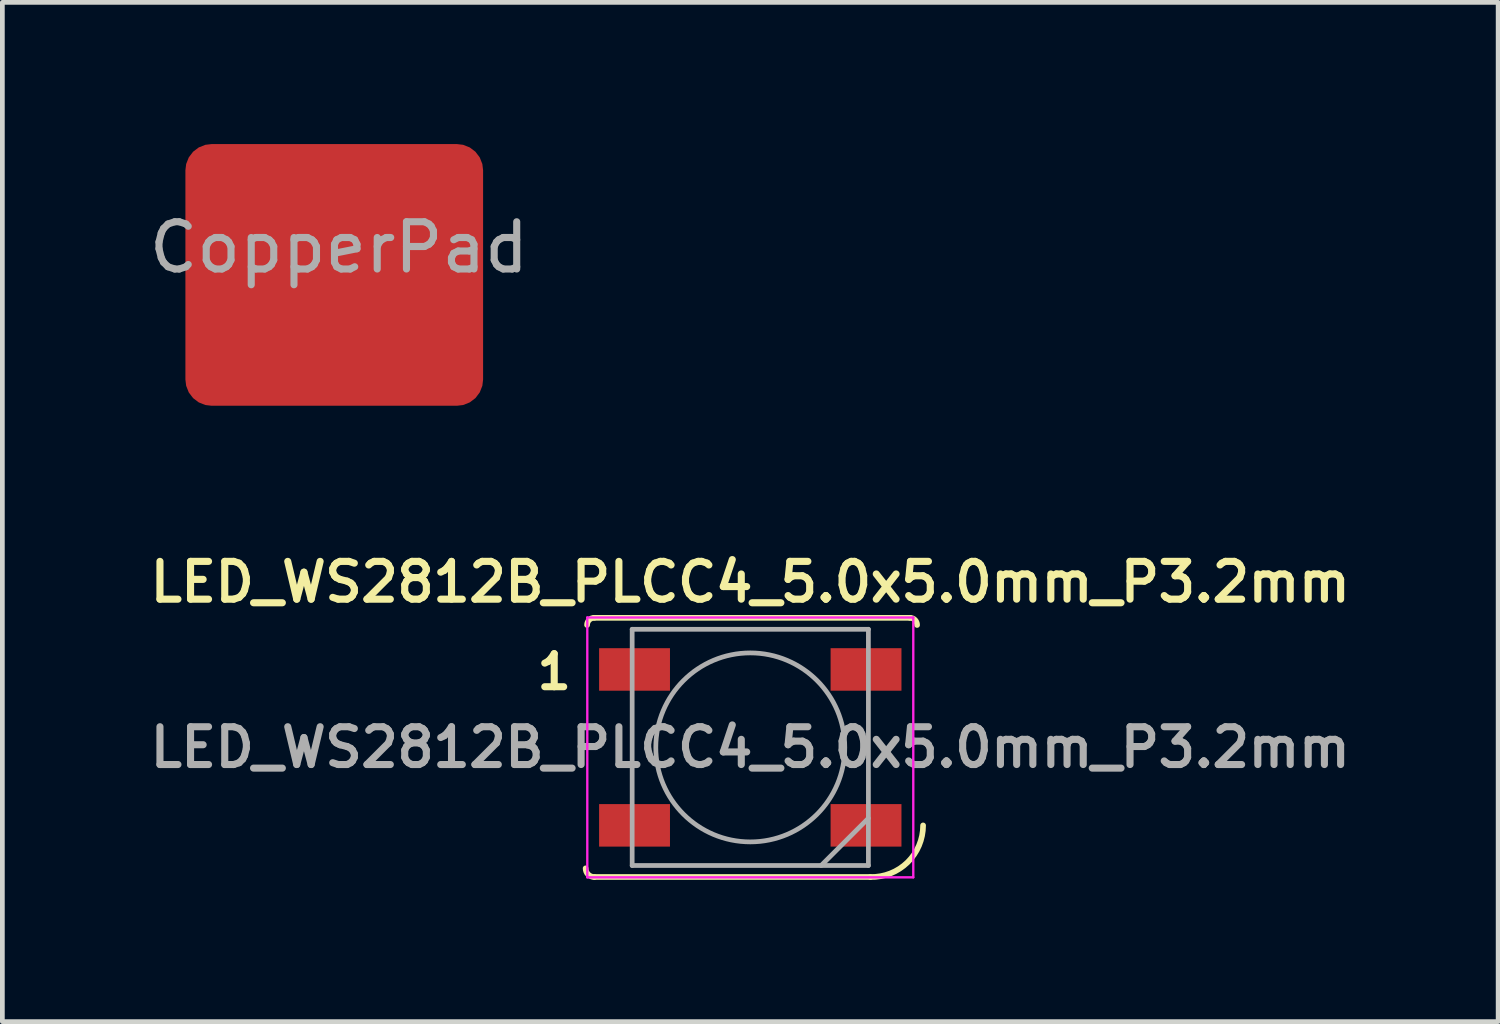
<source format=kicad_pcb>
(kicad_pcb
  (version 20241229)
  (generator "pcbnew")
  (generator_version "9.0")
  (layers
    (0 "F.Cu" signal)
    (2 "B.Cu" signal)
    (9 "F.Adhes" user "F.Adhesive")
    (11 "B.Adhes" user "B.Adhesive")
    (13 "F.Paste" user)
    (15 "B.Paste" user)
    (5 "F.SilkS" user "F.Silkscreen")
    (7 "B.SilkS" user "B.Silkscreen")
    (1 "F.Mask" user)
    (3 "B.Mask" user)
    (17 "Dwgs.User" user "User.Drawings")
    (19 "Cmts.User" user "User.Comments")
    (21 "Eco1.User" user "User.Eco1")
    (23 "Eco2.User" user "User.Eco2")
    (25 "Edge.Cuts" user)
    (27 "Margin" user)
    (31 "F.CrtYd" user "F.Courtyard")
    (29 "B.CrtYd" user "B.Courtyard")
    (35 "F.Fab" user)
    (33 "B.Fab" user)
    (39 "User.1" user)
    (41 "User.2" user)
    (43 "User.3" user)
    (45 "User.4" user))
  (footprint "CopperPad"
    (layer "F.Cu")
    (at 4.125 2.689)
    (property "Reference" "CopperPad" (at 0 -0.5 0) (unlocked yes) (layer "F.Fab") (effects (font (size 1 1) (thickness 0.15))))
    (attr smd)
    (pad "1" smd roundrect (at -0.1 0.08) (size 6.301 5.539) (property pad_prop_heatsink) (layers "F.Cu" "F.Paste") (roundrect_rratio 0.1)))
  (footprint "LED_WS2812B_PLCC4_5.0x5.0mm_P3.2mm"
    (layer "F.Cu")
    (at 12.831 12.77)
    (property "Reference" "LED_WS2812B_PLCC4_5.0x5.0mm_P3.2mm" (at 0 -3.5 0) (layer "F.SilkS") (effects (font (size 0.8 0.8) (thickness 0.15))))
    (attr smd)
    (fp_line (start -3.302 -2.743) (end 3.378 -2.743) (stroke (width 0.12) (type solid)) (layer "F.SilkS"))
    (fp_line (start -3.302 2.743) (end 2.541 2.743) (stroke (width 0.12) (type solid)) (layer "F.SilkS"))
    (fp_arc (start -3.4544 -2.5908) (mid -3.409763 -2.698563) (end -3.302 -2.7432) (stroke (width 0.12) (type default)) (layer "F.SilkS"))
    (fp_arc (start -3.302 2.7432) (mid -3.431515 2.689553) (end -3.485162 2.560038) (stroke (width 0.12) (type default)) (layer "F.SilkS"))
    (fp_arc (start 3.3782 -2.7432) (mid 3.485963 -2.698563) (end 3.5306 -2.5908) (stroke (width 0.12) (type default)) (layer "F.SilkS"))
    (fp_arc (start 3.657867 1.651) (mid 3.32929 2.431997) (end 2.541208 2.743199) (stroke (width 0.12) (type default)) (layer "F.SilkS"))
    (fp_line (start -3.45 -2.75) (end -3.45 2.75) (stroke (width 0.05) (type solid)) (layer "F.CrtYd"))
    (fp_line (start -3.45 2.75) (end 3.45 2.75) (stroke (width 0.05) (type solid)) (layer "F.CrtYd"))
    (fp_line (start 3.45 -2.75) (end -3.45 -2.75) (stroke (width 0.05) (type solid)) (layer "F.CrtYd"))
    (fp_line (start 3.45 2.75) (end 3.45 -2.75) (stroke (width 0.05) (type solid)) (layer "F.CrtYd"))
    (fp_line (start -2.5 -2.5) (end -2.5 2.5) (stroke (width 0.1) (type solid)) (layer "F.Fab"))
    (fp_line (start -2.5 2.5) (end 2.5 2.5) (stroke (width 0.1) (type solid)) (layer "F.Fab"))
    (fp_line (start 2.5 -2.5) (end -2.5 -2.5) (stroke (width 0.1) (type solid)) (layer "F.Fab"))
    (fp_line (start 2.5 1.5) (end 1.5 2.5) (stroke (width 0.1) (type solid)) (layer "F.Fab"))
    (fp_line (start 2.5 2.5) (end 2.5 -2.5) (stroke (width 0.1) (type solid)) (layer "F.Fab"))
    (fp_circle (center 0 0) (end 0 -2) (stroke (width 0.1) (type solid)) (fill no) (layer "F.Fab"))
    (fp_text user "1" (at -4.15 -1.6 0) (layer "F.SilkS") (effects (font (size 0.7 0.7) (thickness 0.15))))
    (fp_text user "${REFERENCE}" (at 0 0 0) (layer "F.Fab") (effects (font (size 0.8 0.8) (thickness 0.15))))
    (pad "1" smd rect (at -2.45 -1.65) (size 1.5 0.9) (layers "F.Cu" "F.Mask" "F.Paste"))
    (pad "2" smd rect (at -2.45 1.65) (size 1.5 0.9) (layers "F.Cu" "F.Mask" "F.Paste"))
    (pad "3" smd rect (at 2.45 1.65) (size 1.5 0.9) (layers "F.Cu" "F.Mask" "F.Paste"))
    (pad "4" smd rect (at 2.45 -1.65) (size 1.5 0.9) (layers "F.Cu" "F.Mask" "F.Paste")))
  (gr_rect
    (start -3 -3)
    (end 28.661 18.574)
    (stroke (width 0.1) (type default))
    (fill no)
    (layer "Edge.Cuts")))
</source>
